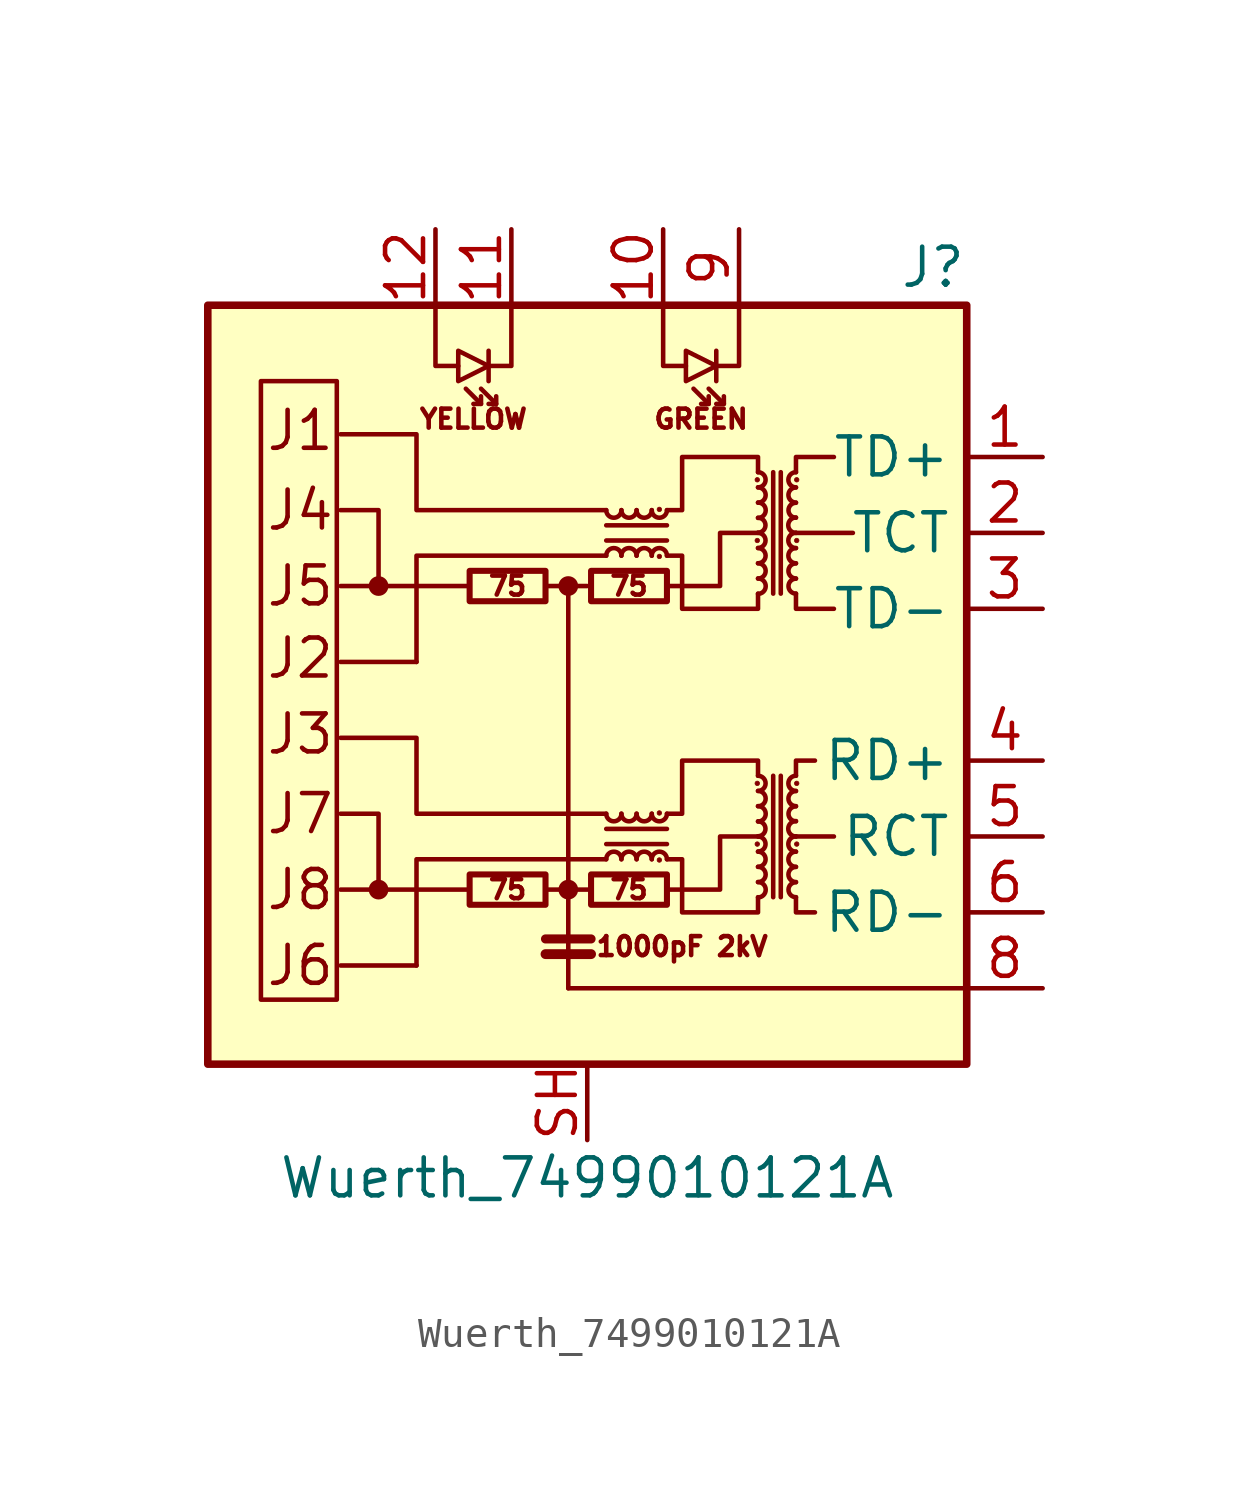
<source format=kicad_sym>
(kicad_symbol_lib
  (version 20200908)
  (generator kicad_symbol_editor)
  (symbol "Connector:Wuerth_7499010121A"
    (property "Reference" "J"
      (at 12.7 13.97 0)
      (effects (font (size 1.27 1.27)) (justify right)))
    (property "Value" "Wuerth_7499010121A"
      (at 0 -16.51 0)
      (effects (font (size 1.27 1.27))))
    (symbol "Wuerth_7499010121A_0_1"
      (arc (start 1.143 -5.842) (end 0.635 -5.842) (radius (at 0.889 -5.842) (length 0.254) (angles 0.1 179.9)) (stroke (width 0)) (fill (type none)))
      (arc (start 0.635 -4.318) (end 1.143 -4.318) (radius (at 0.889 -4.318) (length 0.254) (angles -179.9 -0.1)) (stroke (width 0)) (fill (type none)))
      (arc (start 1.143 4.318) (end 0.635 4.318) (radius (at 0.889 4.318) (length 0.254) (angles 0.1 179.9)) (stroke (width 0)) (fill (type none)))
      (arc (start 0.635 5.842) (end 1.143 5.842) (radius (at 0.889 5.842) (length 0.254) (angles -179.9 -0.1)) (stroke (width 0)) (fill (type none)))
      (arc (start 1.651 -5.842) (end 1.143 -5.842) (radius (at 1.397 -5.842) (length 0.254) (angles 0.1 179.9)) (stroke (width 0)) (fill (type none)))
      (arc (start 1.143 -4.318) (end 1.651 -4.318) (radius (at 1.397 -4.318) (length 0.254) (angles -179.9 -0.1)) (stroke (width 0)) (fill (type none)))
      (arc (start 1.651 4.318) (end 1.143 4.318) (radius (at 1.397 4.318) (length 0.254) (angles 0.1 179.9)) (stroke (width 0)) (fill (type none)))
      (arc (start 1.143 5.842) (end 1.651 5.842) (radius (at 1.397 5.842) (length 0.254) (angles -179.9 -0.1)) (stroke (width 0)) (fill (type none)))
      (arc (start 2.159 -5.842) (end 1.651 -5.842) (radius (at 1.905 -5.842) (length 0.254) (angles 0.1 179.9)) (stroke (width 0)) (fill (type none)))
      (arc (start 1.651 -4.318) (end 2.159 -4.318) (radius (at 1.905 -4.318) (length 0.254) (angles -179.9 -0.1)) (stroke (width 0)) (fill (type none)))
      (arc (start 2.159 4.318) (end 1.651 4.318) (radius (at 1.905 4.318) (length 0.254) (angles 0.1 179.9)) (stroke (width 0)) (fill (type none)))
      (arc (start 1.651 5.842) (end 2.159 5.842) (radius (at 1.905 5.842) (length 0.254) (angles -179.9 -0.1)) (stroke (width 0)) (fill (type none)))
      (arc (start 2.667 -5.842) (end 2.159 -5.842) (radius (at 2.413 -5.842) (length 0.254) (angles 0.1 179.9)) (stroke (width 0)) (fill (type none)))
      (arc (start 2.159 -4.318) (end 2.667 -4.318) (radius (at 2.413 -4.318) (length 0.254) (angles -179.9 -0.1)) (stroke (width 0)) (fill (type none)))
      (arc (start 2.667 4.318) (end 2.159 4.318) (radius (at 2.413 4.318) (length 0.254) (angles 0.1 179.9)) (stroke (width 0)) (fill (type none)))
      (arc (start 2.159 5.842) (end 2.667 5.842) (radius (at 2.413 5.842) (length 0.254) (angles -179.9 -0.1)) (stroke (width 0)) (fill (type none)))
      (arc (start 5.715 -7.112) (end 5.715 -6.604) (radius (at 5.715 -6.858) (length 0.254) (angles -89.9 89.9)) (stroke (width 0)) (fill (type none)))
      (arc (start 5.715 -6.604) (end 5.715 -6.096) (radius (at 5.715 -6.35) (length 0.254) (angles -89.9 89.9)) (stroke (width 0)) (fill (type none)))
      (arc (start 5.715 -6.096) (end 5.715 -5.588) (radius (at 5.715 -5.842) (length 0.254) (angles -89.9 89.9)) (stroke (width 0)) (fill (type none)))
      (arc (start 5.715 -5.588) (end 5.715 -5.08) (radius (at 5.715 -5.334) (length 0.254) (angles -89.9 89.9)) (stroke (width 0)) (fill (type none)))
      (arc (start 5.715 -5.08) (end 5.715 -4.572) (radius (at 5.715 -4.826) (length 0.254) (angles -89.9 89.9)) (stroke (width 0)) (fill (type none)))
      (arc (start 5.715 -4.572) (end 5.715 -4.064) (radius (at 5.715 -4.318) (length 0.254) (angles -89.9 89.9)) (stroke (width 0)) (fill (type none)))
      (arc (start 5.715 -4.064) (end 5.715 -3.556) (radius (at 5.715 -3.81) (length 0.254) (angles -89.9 89.9)) (stroke (width 0)) (fill (type none)))
      (arc (start 5.715 -3.556) (end 5.715 -3.048) (radius (at 5.715 -3.302) (length 0.254) (angles -89.9 89.9)) (stroke (width 0)) (fill (type none)))
      (arc (start 5.715 3.048) (end 5.715 3.556) (radius (at 5.715 3.302) (length 0.254) (angles -89.9 89.9)) (stroke (width 0)) (fill (type none)))
      (arc (start 5.715 3.556) (end 5.715 4.064) (radius (at 5.715 3.81) (length 0.254) (angles -89.9 89.9)) (stroke (width 0)) (fill (type none)))
      (arc (start 5.715 4.064) (end 5.715 4.572) (radius (at 5.715 4.318) (length 0.254) (angles -89.9 89.9)) (stroke (width 0)) (fill (type none)))
      (arc (start 5.715 4.572) (end 5.715 5.08) (radius (at 5.715 4.826) (length 0.254) (angles -89.9 89.9)) (stroke (width 0)) (fill (type none)))
      (arc (start 5.715 5.08) (end 5.715 5.588) (radius (at 5.715 5.334) (length 0.254) (angles -89.9 89.9)) (stroke (width 0)) (fill (type none)))
      (arc (start 5.715 5.588) (end 5.715 6.096) (radius (at 5.715 5.842) (length 0.254) (angles -89.9 89.9)) (stroke (width 0)) (fill (type none)))
      (arc (start 5.715 6.096) (end 5.715 6.604) (radius (at 5.715 6.35) (length 0.254) (angles -89.9 89.9)) (stroke (width 0)) (fill (type none)))
      (arc (start 5.715 6.604) (end 5.715 7.112) (radius (at 5.715 6.858) (length 0.254) (angles -89.9 89.9)) (stroke (width 0)) (fill (type none)))
      (arc (start 6.985 -6.604) (end 6.985 -7.112) (radius (at 6.985 -6.858) (length 0.254) (angles 90.1 -90.1)) (stroke (width 0)) (fill (type none)))
      (arc (start 6.985 -6.096) (end 6.985 -6.604) (radius (at 6.985 -6.35) (length 0.254) (angles 90.1 -90.1)) (stroke (width 0)) (fill (type none)))
      (arc (start 6.985 -5.588) (end 6.985 -6.096) (radius (at 6.985 -5.842) (length 0.254) (angles 90.1 -90.1)) (stroke (width 0)) (fill (type none)))
      (arc (start 6.985 -5.08) (end 6.985 -5.588) (radius (at 6.985 -5.334) (length 0.254) (angles 90.1 -90.1)) (stroke (width 0)) (fill (type none)))
      (arc (start 6.985 -4.572) (end 6.985 -5.08) (radius (at 6.985 -4.826) (length 0.254) (angles 90.1 -90.1)) (stroke (width 0)) (fill (type none)))
      (arc (start 6.985 -4.064) (end 6.985 -4.572) (radius (at 6.985 -4.318) (length 0.254) (angles 90.1 -90.1)) (stroke (width 0)) (fill (type none)))
      (arc (start 6.985 -3.556) (end 6.985 -4.064) (radius (at 6.985 -3.81) (length 0.254) (angles 90.1 -90.1)) (stroke (width 0)) (fill (type none)))
      (arc (start 6.985 -3.048) (end 6.985 -3.556) (radius (at 6.985 -3.302) (length 0.254) (angles 90.1 -90.1)) (stroke (width 0)) (fill (type none)))
      (arc (start 6.985 3.556) (end 6.985 3.048) (radius (at 6.985 3.302) (length 0.254) (angles 90.1 -90.1)) (stroke (width 0)) (fill (type none)))
      (arc (start 6.985 4.064) (end 6.985 3.556) (radius (at 6.985 3.81) (length 0.254) (angles 90.1 -90.1)) (stroke (width 0)) (fill (type none)))
      (arc (start 6.985 4.572) (end 6.985 4.064) (radius (at 6.985 4.318) (length 0.254) (angles 90.1 -90.1)) (stroke (width 0)) (fill (type none)))
      (arc (start 6.985 5.08) (end 6.985 4.572) (radius (at 6.985 4.826) (length 0.254) (angles 90.1 -90.1)) (stroke (width 0)) (fill (type none)))
      (arc (start 6.985 5.588) (end 6.985 5.08) (radius (at 6.985 5.334) (length 0.254) (angles 90.1 -90.1)) (stroke (width 0)) (fill (type none)))
      (arc (start 6.985 6.096) (end 6.985 5.588) (radius (at 6.985 5.842) (length 0.254) (angles 90.1 -90.1)) (stroke (width 0)) (fill (type none)))
      (arc (start 6.985 6.604) (end 6.985 6.096) (radius (at 6.985 6.35) (length 0.254) (angles 90.1 -90.1)) (stroke (width 0)) (fill (type none)))
      (arc (start 6.985 7.112) (end 6.985 6.604) (radius (at 6.985 6.858) (length 0.254) (angles 90.1 -90.1)) (stroke (width 0)) (fill (type none)))
      (circle (center -6.985 -6.858) (radius 0.254) (stroke (width 0)) (fill (type outline)))
      (circle (center -6.985 3.302) (radius 0.254) (stroke (width 0)) (fill (type outline)))
      (circle (center -0.635 -6.858) (radius 0.254) (stroke (width 0)) (fill (type outline)))
      (circle (center -0.635 3.302) (radius 0.254) (stroke (width 0)) (fill (type outline)))
      (circle (center 2.413 -5.867) (radius 0.076) (stroke (width 0.025)) (fill (type outline)))
      (circle (center 2.413 -4.293) (radius 0.076) (stroke (width 0.025)) (fill (type outline)))
      (circle (center 2.413 4.293) (radius 0.076) (stroke (width 0.025)) (fill (type outline)))
      (circle (center 2.413 5.867) (radius 0.076) (stroke (width 0.025)) (fill (type outline)))
      (circle (center 5.69 -5.334) (radius 0.076) (stroke (width 0.025)) (fill (type outline)))
      (circle (center 5.69 -3.302) (radius 0.076) (stroke (width 0.025)) (fill (type outline)))
      (circle (center 5.69 4.826) (radius 0.076) (stroke (width 0.025)) (fill (type outline)))
      (circle (center 5.69 6.858) (radius 0.076) (stroke (width 0.025)) (fill (type outline)))
      (circle (center 7.01 -5.334) (radius 0.076) (stroke (width 0.025)) (fill (type outline)))
      (circle (center 7.01 -3.302) (radius 0.076) (stroke (width 0.025)) (fill (type outline)))
      (circle (center 7.01 4.826) (radius 0.076) (stroke (width 0.025)) (fill (type outline)))
      (circle (center 7.01 6.858) (radius 0.076) (stroke (width 0.025)) (fill (type outline)))
      (rectangle (start -8.382 -10.541) (end -10.922 10.16) (stroke (width 0)) (fill (type none)))
      (rectangle (start -3.937 -7.366) (end -1.397 -6.35) (stroke (width 0.203)) (fill (type none)))
      (rectangle (start -3.937 2.794) (end -1.397 3.81) (stroke (width 0.203)) (fill (type none)))
      (rectangle (start 0.127 -7.366) (end 2.667 -6.35) (stroke (width 0.203)) (fill (type none)))
      (rectangle (start 0.127 2.794) (end 2.667 3.81) (stroke (width 0.203)) (fill (type none)))
      (polyline (pts (xy -5.715 -9.398) (xy -8.255 -9.398)) (stroke (width 0)) (fill (type none)))
      (polyline (pts (xy -5.715 0.762) (xy -8.255 0.762)) (stroke (width 0)) (fill (type none)))
      (polyline (pts (xy -3.556 9.398) (xy -4.064 9.906)) (stroke (width 0)) (fill (type none)))
      (polyline (pts (xy -3.302 11.176) (xy -3.302 10.16)) (stroke (width 0)) (fill (type none)))
      (polyline (pts (xy -3.048 9.398) (xy -3.556 9.906)) (stroke (width 0)) (fill (type none)))
      (polyline (pts (xy -1.397 -9.017) (xy 0.127 -9.017)) (stroke (width 0.33)) (fill (type none)))
      (polyline (pts (xy -1.397 -8.509) (xy 0.127 -8.509)) (stroke (width 0.305)) (fill (type none)))
      (polyline (pts (xy -0.635 3.302) (xy -1.397 3.302)) (stroke (width 0)) (fill (type none)))
      (polyline (pts (xy 0.127 -6.858) (xy -1.397 -6.858)) (stroke (width 0)) (fill (type none)))
      (polyline (pts (xy 0.635 -5.334) (xy 2.667 -5.334)) (stroke (width 0)) (fill (type none)))
      (polyline (pts (xy 0.635 4.826) (xy 2.667 4.826)) (stroke (width 0)) (fill (type none)))
      (polyline (pts (xy 2.667 -4.826) (xy 0.635 -4.826)) (stroke (width 0)) (fill (type none)))
      (polyline (pts (xy 2.667 5.334) (xy 0.635 5.334)) (stroke (width 0)) (fill (type none)))
      (polyline (pts (xy 4.064 9.398) (xy 3.556 9.906)) (stroke (width 0)) (fill (type none)))
      (polyline (pts (xy 4.318 11.176) (xy 4.318 10.16)) (stroke (width 0)) (fill (type none)))
      (polyline (pts (xy 4.572 9.398) (xy 4.064 9.906)) (stroke (width 0)) (fill (type none)))
      (polyline (pts (xy 6.223 -3.048) (xy 6.223 -7.112)) (stroke (width 0)) (fill (type none)))
      (polyline (pts (xy 6.223 7.112) (xy 6.223 3.048)) (stroke (width 0)) (fill (type none)))
      (polyline (pts (xy 6.477 -7.112) (xy 6.477 -3.048)) (stroke (width 0)) (fill (type none)))
      (polyline (pts (xy 6.477 3.048) (xy 6.477 7.112)) (stroke (width 0)) (fill (type none)))
      (polyline (pts (xy -6.985 -6.858) (xy -6.985 -4.318) (xy -8.255 -4.318)) (stroke (width 0)) (fill (type none)))
      (polyline (pts (xy -6.985 3.302) (xy -6.985 5.842) (xy -8.255 5.842)) (stroke (width 0)) (fill (type none)))
      (polyline (pts (xy -5.08 12.7) (xy -5.08 10.668) (xy -4.318 10.668)) (stroke (width 0)) (fill (type none)))
      (polyline (pts (xy -3.556 9.652) (xy -3.556 9.398) (xy -3.81 9.398)) (stroke (width 0)) (fill (type none)))
      (polyline (pts (xy -3.048 9.652) (xy -3.048 9.398) (xy -3.302 9.398)) (stroke (width 0)) (fill (type none)))
      (polyline (pts (xy -2.54 12.7) (xy -2.54 10.668) (xy -3.302 10.668)) (stroke (width 0)) (fill (type none)))
      (polyline (pts (xy -0.635 -10.16) (xy -0.635 3.302) (xy 0 3.302)) (stroke (width 0)) (fill (type none)))
      (polyline (pts (xy 0.635 -5.842) (xy -5.715 -5.842) (xy -5.715 -9.398)) (stroke (width 0)) (fill (type none)))
      (polyline (pts (xy 0.635 4.318) (xy -5.715 4.318) (xy -5.715 0.762)) (stroke (width 0)) (fill (type none)))
      (polyline (pts (xy 2.54 12.7) (xy 2.54 10.668) (xy 3.302 10.668)) (stroke (width 0)) (fill (type none)))
      (polyline (pts (xy 4.064 9.652) (xy 4.064 9.398) (xy 3.81 9.398)) (stroke (width 0)) (fill (type none)))
      (polyline (pts (xy 4.572 9.652) (xy 4.572 9.398) (xy 4.318 9.398)) (stroke (width 0)) (fill (type none)))
      (polyline (pts (xy 5.08 12.7) (xy 5.08 10.668) (xy 4.318 10.668)) (stroke (width 0)) (fill (type none)))
      (polyline (pts (xy 6.985 -7.112) (xy 6.985 -7.62) (xy 7.62 -7.62)) (stroke (width 0)) (fill (type none)))
      (polyline (pts (xy 6.985 -3.048) (xy 6.985 -2.54) (xy 7.62 -2.54)) (stroke (width 0)) (fill (type none)))
      (polyline (pts (xy 6.985 3.048) (xy 6.985 2.54) (xy 8.255 2.54)) (stroke (width 0)) (fill (type none)))
      (polyline (pts (xy 6.985 7.112) (xy 6.985 7.62) (xy 8.255 7.62)) (stroke (width 0)) (fill (type none)))
      (polyline (pts (xy -3.302 10.668) (xy -4.318 11.176) (xy -4.318 10.16) (xy -3.302 10.668)) (stroke (width 0)) (fill (type none)))
      (polyline (pts (xy 4.318 10.668) (xy 3.302 11.176) (xy 3.302 10.16) (xy 4.318 10.668)) (stroke (width 0)) (fill (type none)))
      (polyline (pts (xy 2.667 -4.318) (xy 3.175 -4.318) (xy 3.175 -2.54) (xy 5.715 -2.54) (xy 5.715 -3.048)) (stroke (width 0)) (fill (type none)))
      (polyline (pts (xy 2.667 5.842) (xy 3.175 5.842) (xy 3.175 7.62) (xy 5.715 7.62) (xy 5.715 7.112)) (stroke (width 0)) (fill (type none)))
      (polyline (pts (xy 5.715 -7.112) (xy 5.715 -7.62) (xy 3.175 -7.62) (xy 3.175 -5.842) (xy 2.667 -5.842)) (stroke (width 0)) (fill (type none)))
      (polyline (pts (xy 5.715 3.048) (xy 5.715 2.54) (xy 3.175 2.54) (xy 3.175 4.318) (xy 2.667 4.318)) (stroke (width 0)) (fill (type none))))
    (symbol "Wuerth_7499010121A_0_0"
      (text "1000pF 2kV" (at 3.175 -8.763 0) (effects (font (size 0.635 0.635))))
      (text "75" (at -2.667 -6.858 0) (effects (font (size 0.635 0.635))))
      (text "75" (at -2.667 3.302 0) (effects (font (size 0.635 0.635))))
      (text "75" (at 1.397 -6.858 0) (effects (font (size 0.635 0.635))))
      (text "75" (at 1.397 3.302 0) (effects (font (size 0.635 0.635))))
      (text "GREEN" (at 3.81 8.89 0) (effects (font (size 0.635 0.635))))
      (text "J1" (at -10.795 8.509 0) (effects (font (size 1.27 1.27)) (justify left)))
      (text "J2" (at -10.795 0.889 0) (effects (font (size 1.27 1.27)) (justify left)))
      (text "J3" (at -10.795 -1.651 0) (effects (font (size 1.27 1.27)) (justify left)))
      (text "J4" (at -10.795 5.842 0) (effects (font (size 1.27 1.27)) (justify left)))
      (text "J5" (at -10.795 3.302 0) (effects (font (size 1.27 1.27)) (justify left)))
      (text "J6" (at -10.795 -9.398 0) (effects (font (size 1.27 1.27)) (justify left)))
      (text "J7" (at -10.795 -4.318 0) (effects (font (size 1.27 1.27)) (justify left)))
      (text "J8" (at -10.795 -6.858 0) (effects (font (size 1.27 1.27)) (justify left)))
      (text "YELLOW" (at -3.81 8.89 0) (effects (font (size 0.635 0.635))))
      (rectangle (start -12.7 12.7) (end 12.7 -12.7) (stroke (width 0.254)) (fill (type background)))
      (polyline (pts (xy -3.937 -6.858) (xy -8.255 -6.858)) (stroke (width 0)) (fill (type none)))
      (polyline (pts (xy -3.937 3.302) (xy -8.255 3.302)) (stroke (width 0)) (fill (type none)))
      (polyline (pts (xy -0.635 -10.16) (xy 12.7 -10.16)) (stroke (width 0)) (fill (type none)))
      (polyline (pts (xy 8.255 -5.08) (xy 6.985 -5.08)) (stroke (width 0)) (fill (type none)))
      (polyline (pts (xy 8.89 5.08) (xy 6.985 5.08)) (stroke (width 0)) (fill (type none)))
      (polyline (pts (xy 0.635 -4.318) (xy -5.715 -4.318) (xy -5.715 -1.778) (xy -8.255 -1.778)) (stroke (width 0)) (fill (type none)))
      (polyline (pts (xy 0.635 5.842) (xy -5.715 5.842) (xy -5.715 8.382) (xy -8.255 8.382)) (stroke (width 0)) (fill (type none)))
      (polyline (pts (xy 2.667 -6.858) (xy 4.445 -6.858) (xy 4.445 -5.08) (xy 5.715 -5.08)) (stroke (width 0)) (fill (type none)))
      (polyline (pts (xy 2.667 3.302) (xy 4.445 3.302) (xy 4.445 5.08) (xy 5.715 5.08)) (stroke (width 0)) (fill (type none))))
    (symbol "Wuerth_7499010121A_1_1"
      (pin passive line (at 15.24 7.62 180) (length 2.54) (name "TD+" (effects (font (size 1.27 1.27)))) (number "1" (effects (font (size 1.27 1.27)))))
      (pin passive line (at 2.54 15.24 270) (length 2.54) (name "~" (effects (font (size 1.27 1.27)))) (number "10" (effects (font (size 1.27 1.27)))))
      (pin passive line (at -2.54 15.24 270) (length 2.54) (name "~" (effects (font (size 1.27 1.27)))) (number "11" (effects (font (size 1.27 1.27)))))
      (pin passive line (at -5.08 15.24 270) (length 2.54) (name "~" (effects (font (size 1.27 1.27)))) (number "12" (effects (font (size 1.27 1.27)))))
      (pin passive line (at 15.24 5.08 180) (length 2.54) (name "TCT" (effects (font (size 1.27 1.27)))) (number "2" (effects (font (size 1.27 1.27)))))
      (pin passive line (at 15.24 2.54 180) (length 2.54) (name "TD-" (effects (font (size 1.27 1.27)))) (number "3" (effects (font (size 1.27 1.27)))))
      (pin passive line (at 15.24 -2.54 180) (length 2.54) (name "RD+" (effects (font (size 1.27 1.27)))) (number "4" (effects (font (size 1.27 1.27)))))
      (pin passive line (at 15.24 -5.08 180) (length 2.54) (name "RCT" (effects (font (size 1.27 1.27)))) (number "5" (effects (font (size 1.27 1.27)))))
      (pin passive line (at 15.24 -7.62 180) (length 2.54) (name "RD-" (effects (font (size 1.27 1.27)))) (number "6" (effects (font (size 1.27 1.27)))))
      (pin passive line (at 15.24 -10.16 180) (length 2.54) (name "~" (effects (font (size 1.27 1.27)))) (number "8" (effects (font (size 1.27 1.27)))))
      (pin passive line (at 5.08 15.24 270) (length 2.54) (name "~" (effects (font (size 1.27 1.27)))) (number "9" (effects (font (size 1.27 1.27)))))
      (pin passive line (at 0 -15.24 90) (length 2.54) (name "~" (effects (font (size 1.27 1.27)))) (number "SH" (effects (font (size 1.27 1.27))))))))
</source>
